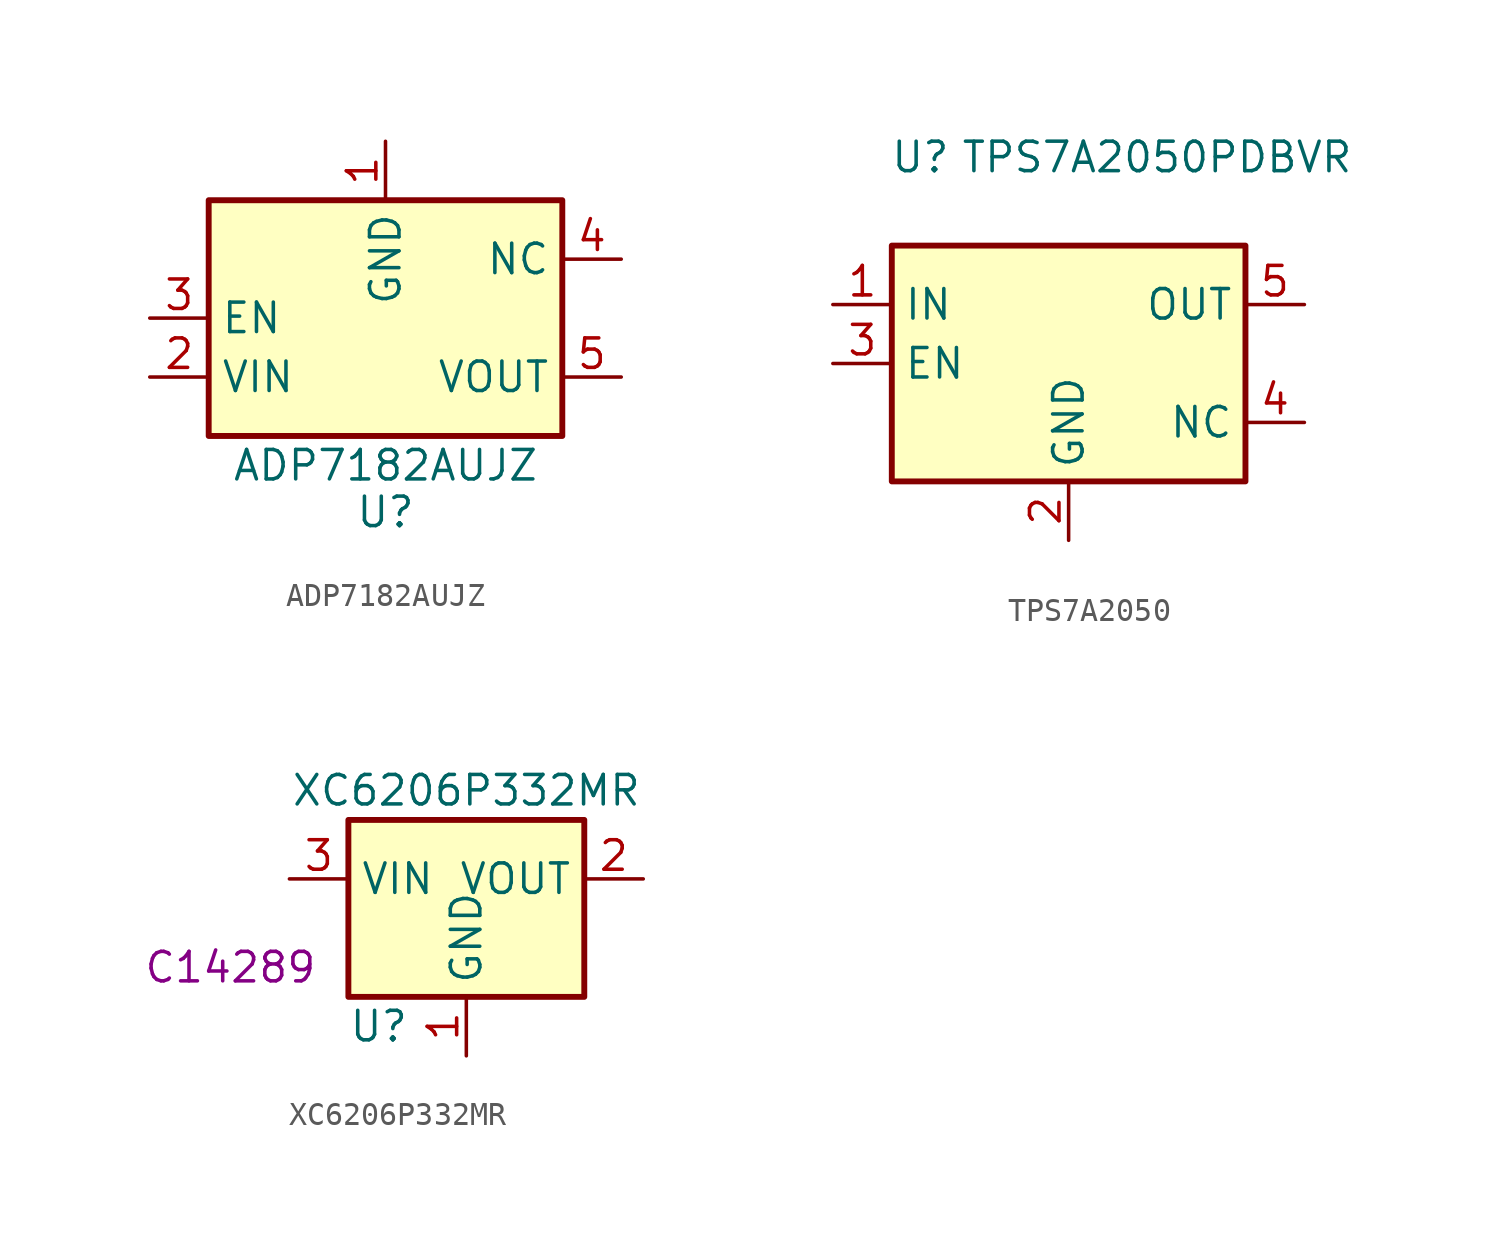
<source format=kicad_sym>
(kicad_symbol_lib
  (version 20220914)
  (generator kicad_symbol_editor)
  (symbol "ADP7182AUJZ"
    (property "Reference" "U"
      (at 0 -7.62 0)
      (effects (font (size 1.27 1.27)) (justify top)))
    (property "Value" "ADP7182AUJZ"
      (at 0 -6.35 0)
      (effects (font (size 1.27 1.27))))
    (symbol "ADP7182AUJZ_0_1"
      (rectangle (start -7.62 5.08) (end 7.62 -5.08) (stroke (width 0.254) (type default)) (fill (type background))))
    (symbol "ADP7182AUJZ_1_1"
      (pin power_in line (at 0 7.62 270) (length 2.54) (name "GND" (effects (font (size 1.27 1.27)))) (number "1" (effects (font (size 1.27 1.27)))))
      (pin power_in line (at -10.16 -2.54 0) (length 2.54) (name "VIN" (effects (font (size 1.27 1.27)))) (number "2" (effects (font (size 1.27 1.27)))))
      (pin input line (at -10.16 0 0) (length 2.54) (name "EN" (effects (font (size 1.27 1.27)))) (number "3" (effects (font (size 1.27 1.27)))))
      (pin input line (at 10.16 2.54 180) (length 2.54) (name "NC" (effects (font (size 1.27 1.27)))) (number "4" (effects (font (size 1.27 1.27)))))
      (pin power_out line (at 10.16 -2.54 180) (length 2.54) (name "VOUT" (effects (font (size 1.27 1.27)))) (number "5" (effects (font (size 1.27 1.27)))))))
  (symbol "TPS7A2050"
    (property "Reference" "U"
      (at -5.08 8.89 0)
      (effects (font (size 1.27 1.27)) (justify right)))
    (property "Value" "TPS7A2050PDBVR"
      (at 3.81 8.89 0)
      (effects (font (size 1.27 1.27))))
    (symbol "TPS7A2050_0_1"
      (rectangle (start -7.62 5.08) (end 7.62 -5.08) (stroke (width 0.254) (type default)) (fill (type background))))
    (symbol "TPS7A2050_1_1"
      (pin power_in line (at -10.16 2.54 0) (length 2.54) (name "IN" (effects (font (size 1.27 1.27)))) (number "1" (effects (font (size 1.27 1.27)))))
      (pin power_in line (at 0 -7.62 90) (length 2.54) (name "GND" (effects (font (size 1.27 1.27)))) (number "2" (effects (font (size 1.27 1.27)))))
      (pin input line (at -10.16 0 0) (length 2.54) (name "EN" (effects (font (size 1.27 1.27)))) (number "3" (effects (font (size 1.27 1.27)))))
      (pin passive line (at 10.16 -2.54 180) (length 2.54) (name "NC" (effects (font (size 1.27 1.27)))) (number "4" (effects (font (size 1.27 1.27)))))
      (pin power_out line (at 10.16 2.54 180) (length 2.54) (name "OUT" (effects (font (size 1.27 1.27)))) (number "5" (effects (font (size 1.27 1.27)))))))
  (symbol "XC6206P332MR"
    (property "Reference" "U"
      (at -5.08 -3.81 0)
      (effects (font (size 1.27 1.27)) (justify left)))
    (property "Value" "XC6206P332MR"
      (at 0 6.35 0)
      (effects (font (size 1.27 1.27))))
    (property "LCSC" "C14289"
      (at -10.16 -1.27 0)
      (effects (font (size 1.27 1.27))))
    (symbol "XC6206P332MR_0_1"
      (rectangle (start -5.08 5.08) (end 5.08 -2.54) (stroke (width 0.254) (type default)) (fill (type background))))
    (symbol "XC6206P332MR_1_1"
      (pin power_in line (at 0 -5.08 90) (length 2.54) (name "GND" (effects (font (size 1.27 1.27)))) (number "1" (effects (font (size 1.27 1.27)))))
      (pin power_out line (at 7.62 2.54 180) (length 2.54) (name "VOUT" (effects (font (size 1.27 1.27)))) (number "2" (effects (font (size 1.27 1.27)))))
      (pin power_in line (at -7.62 2.54 0) (length 2.54) (name "VIN" (effects (font (size 1.27 1.27)))) (number "3" (effects (font (size 1.27 1.27))))))))
</source>
